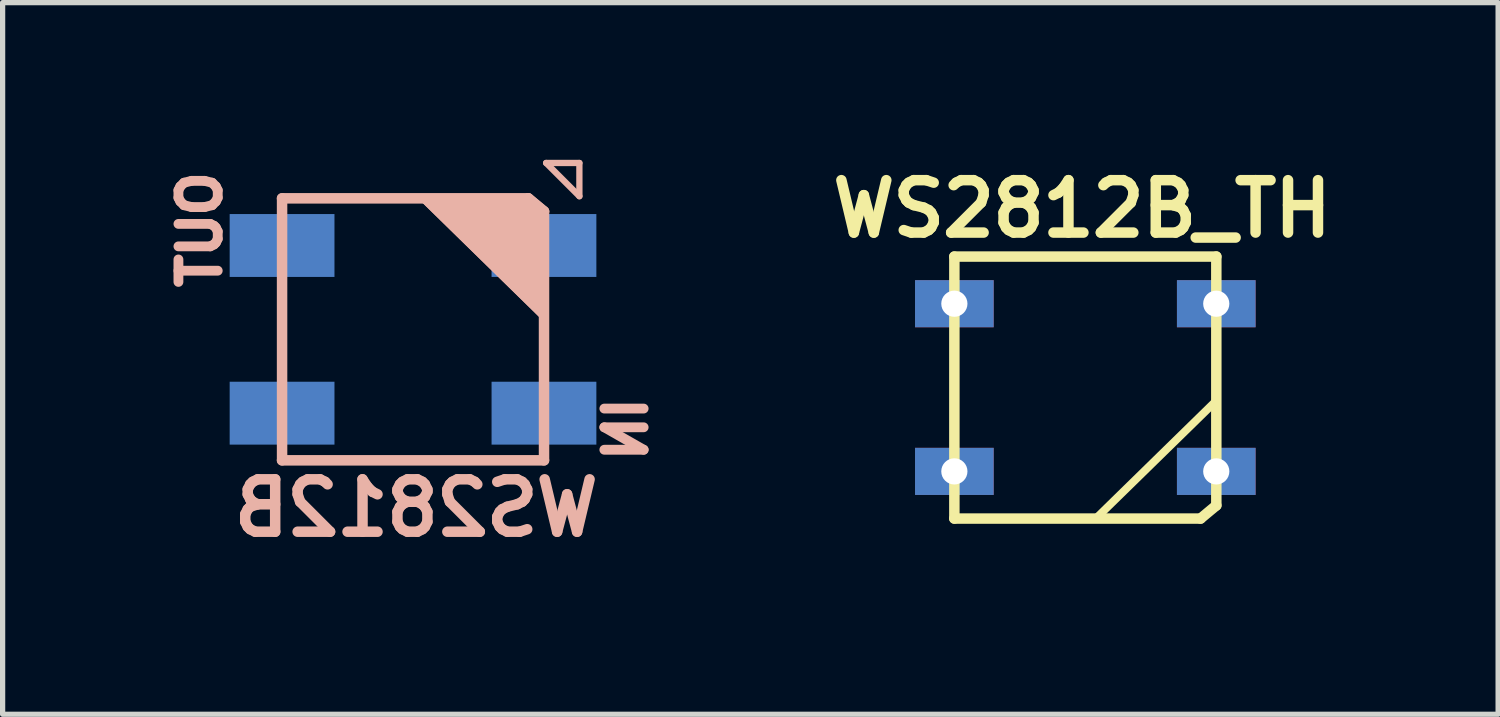
<source format=kicad_pcb>
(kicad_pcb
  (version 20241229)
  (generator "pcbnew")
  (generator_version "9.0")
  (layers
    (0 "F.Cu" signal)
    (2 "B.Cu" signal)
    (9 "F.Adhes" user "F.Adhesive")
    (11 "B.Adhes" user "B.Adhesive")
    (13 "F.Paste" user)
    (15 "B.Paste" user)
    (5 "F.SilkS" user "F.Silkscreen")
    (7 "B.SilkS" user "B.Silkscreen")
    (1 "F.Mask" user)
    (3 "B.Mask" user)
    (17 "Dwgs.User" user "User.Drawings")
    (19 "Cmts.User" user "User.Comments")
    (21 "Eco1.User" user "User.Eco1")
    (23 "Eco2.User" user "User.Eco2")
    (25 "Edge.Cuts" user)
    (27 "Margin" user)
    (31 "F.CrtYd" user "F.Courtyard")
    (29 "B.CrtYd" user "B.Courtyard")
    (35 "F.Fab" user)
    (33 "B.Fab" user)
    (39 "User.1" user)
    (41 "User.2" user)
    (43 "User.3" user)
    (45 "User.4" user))
  (footprint "WS2812B_TH"
    (layer "F.Cu")
    (at 17.662 4.346)
    (property "Reference" "WS2812B_TH" (at -0.06 -3.41 0) (layer "F.SilkS") (effects (font (size 1 1) (thickness 0.2))))
    (attr smd)
    (fp_line (start -2.5 -2.5) (end 2.5 -2.5) (stroke (width 0.2) (type solid)) (layer "F.SilkS"))
    (fp_line (start -2.499 2.499) (end -2.499 -2.499) (stroke (width 0.2) (type solid)) (layer "F.SilkS"))
    (fp_line (start 0.2 2.5) (end 2.5 0.25) (stroke (width 0.15) (type solid)) (layer "F.SilkS"))
    (fp_line (start 2.2 2.5) (end -2.5 2.5) (stroke (width 0.2) (type solid)) (layer "F.SilkS"))
    (fp_line (start 2.2 2.5) (end 2.5 2.25) (stroke (width 0.2) (type solid)) (layer "F.SilkS"))
    (fp_line (start 2.5 2.25) (end 2.5 -2.5) (stroke (width 0.2) (type solid)) (layer "F.SilkS"))
    (pad "1" thru_hole rect (at -2.499 -1.6 90) (size 0.899 1.501) (drill 0.5) (layers "*.Cu" "*.Mask"))
    (pad "2" thru_hole rect (at -2.499 1.6 90) (size 0.899 1.501) (drill 0.5) (layers "*.Cu" "*.Mask"))
    (pad "3" thru_hole rect (at 2.499 1.6 90) (size 0.899 1.501) (drill 0.5) (layers "*.Cu" "*.Mask"))
    (pad "4" thru_hole rect (at 2.499 -1.6 90) (size 0.899 1.501) (drill 0.5) (layers "*.Cu" "*.Mask")))
  (footprint "WS2812B"
    (layer "F.Cu")
    (at 4.832 3.235)
    (property "Reference" "WS2812B" (at 0.06 3.41 0) (unlocked yes) (layer "B.SilkS") (effects (font (size 1 1) (thickness 0.2)) (justify mirror)))
    (attr smd)
    (fp_line (start -2.5 2.5) (end 2.5 2.5) (stroke (width 0.2) (type solid)) (layer "B.SilkS"))
    (fp_line (start -2.499 -2.499) (end -2.499 2.499) (stroke (width 0.2) (type solid)) (layer "B.SilkS"))
    (fp_line (start 0.2 -2.5) (end 2.5 -0.25) (stroke (width 0.15) (type solid)) (layer "B.SilkS"))
    (fp_line (start 0.2 -2.5) (end 2.5 -0.25) (stroke (width 0.15) (type solid)) (layer "B.SilkS"))
    (fp_line (start 2.2 -2.5) (end -2.5 -2.5) (stroke (width 0.2) (type solid)) (layer "B.SilkS"))
    (fp_line (start 2.2 -2.5) (end 2.5 -2.25) (stroke (width 0.2) (type solid)) (layer "B.SilkS"))
    (fp_line (start 2.2 -2.5) (end 2.5 -2.25) (stroke (width 0.2) (type solid)) (layer "B.SilkS"))
    (fp_line (start 2.5 -2.25) (end 2.5 2.5) (stroke (width 0.2) (type solid)) (layer "B.SilkS"))
    (fp_line (start 2.54 -3.175) (end 3.175 -2.54) (stroke (width 0.12) (type solid)) (layer "B.SilkS"))
    (fp_line (start 3.175 -3.175) (end 2.54 -3.175) (stroke (width 0.12) (type solid)) (layer "B.SilkS"))
    (fp_line (start 3.175 -2.54) (end 3.175 -3.175) (stroke (width 0.12) (type solid)) (layer "B.SilkS"))
    (fp_poly (pts (xy 2.5 -2.25) (xy 2.2 -2.5) (xy 0.2 -2.5) (xy 2.5 -0.25)) (stroke (width 0.1) (type solid)) (fill yes) (layer "B.SilkS"))
    (fp_text user "OUT" (at -4.064 -1.905 90) (layer "B.SilkS") (effects (font (size 0.75 0.75) (thickness 0.188)) (justify mirror)))
    (fp_text user "IN" (at 4.064 1.905 270) (layer "B.SilkS") (effects (font (size 0.75 0.75) (thickness 0.188)) (justify mirror)))
    (pad "1" smd rect (at -2.499 1.6 270) (size 1.2 2) (layers "B.Cu" "B.Mask" "B.Paste"))
    (pad "2" smd rect (at -2.499 -1.6 270) (size 1.2 2) (layers "B.Cu" "B.Mask" "B.Paste"))
    (pad "3" smd rect (at 2.499 -1.6 270) (size 1.2 2) (layers "B.Cu" "B.Mask" "B.Paste"))
    (pad "4" smd rect (at 2.499 1.6 270) (size 1.2 2) (layers "B.Cu" "B.Mask" "B.Paste")))
  (gr_rect
    (start -3 -3)
    (end 25.54 10.581)
    (stroke (width 0.1) (type default))
    (fill no)
    (layer "Edge.Cuts")))
</source>
